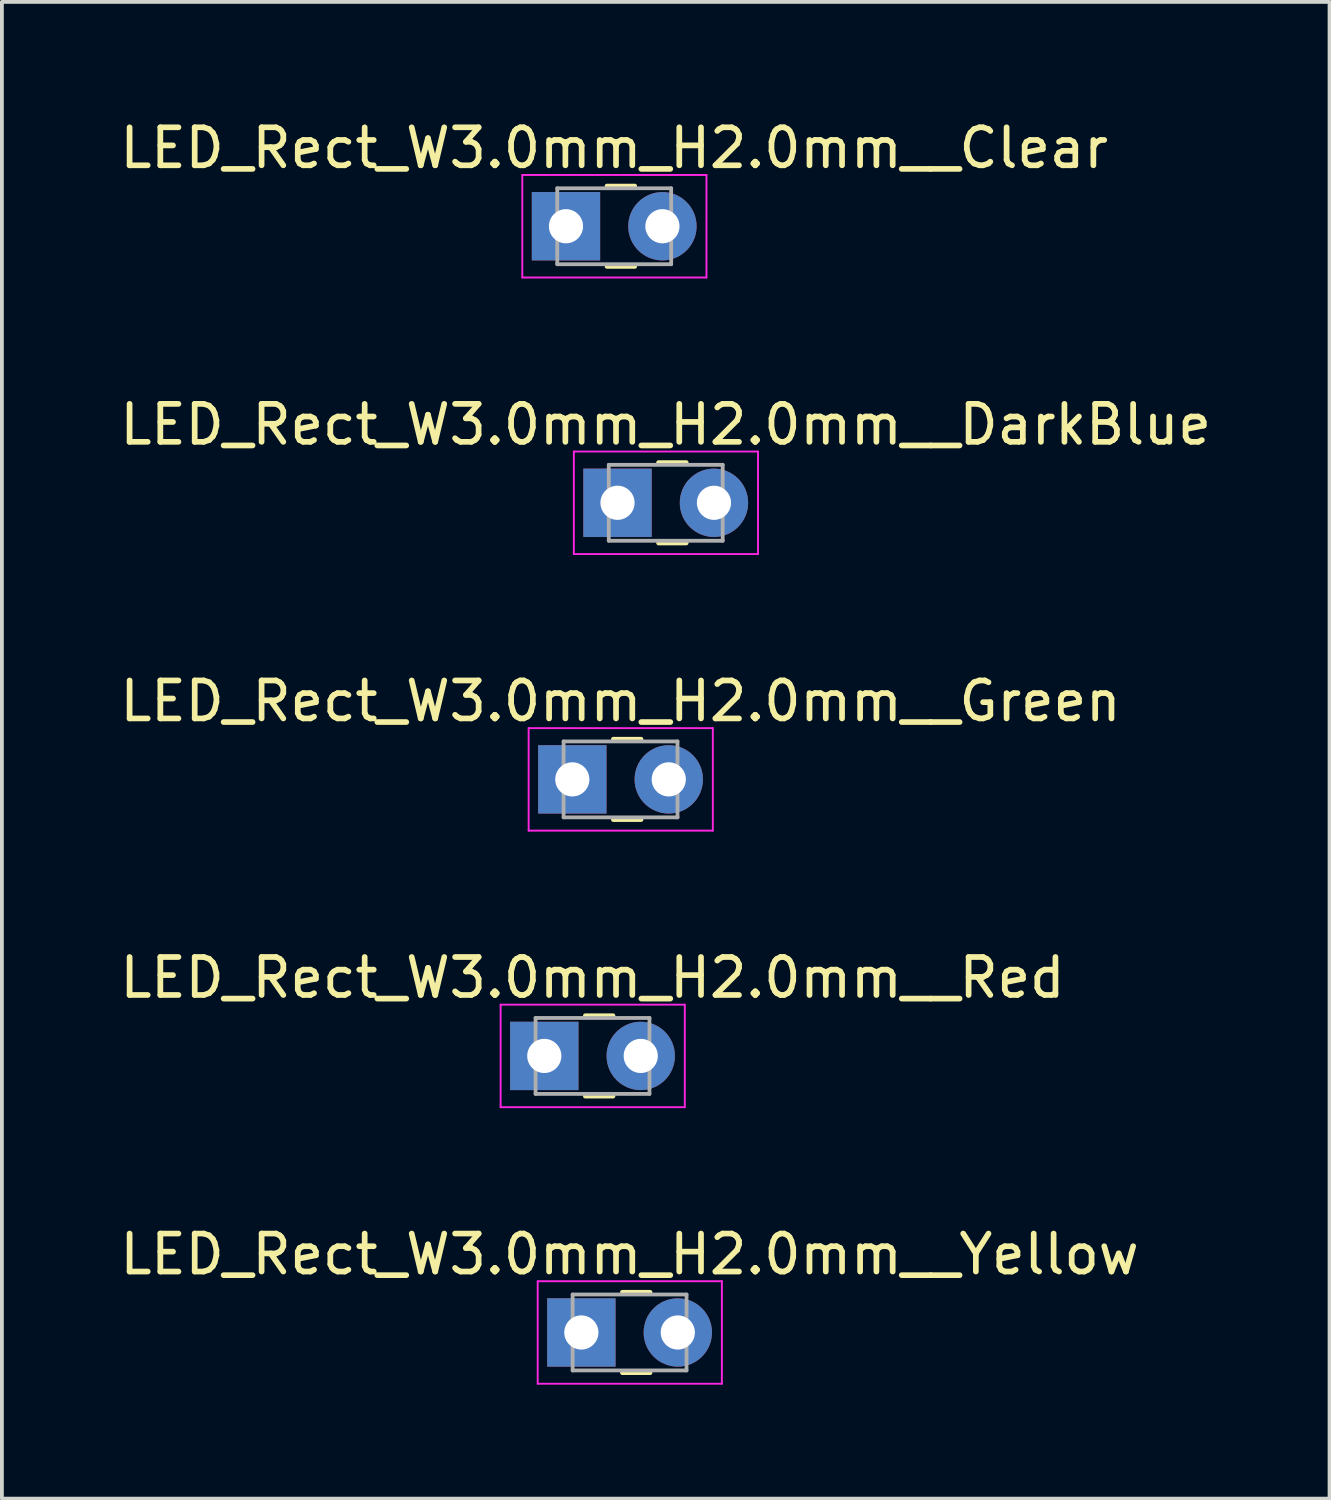
<source format=kicad_pcb>
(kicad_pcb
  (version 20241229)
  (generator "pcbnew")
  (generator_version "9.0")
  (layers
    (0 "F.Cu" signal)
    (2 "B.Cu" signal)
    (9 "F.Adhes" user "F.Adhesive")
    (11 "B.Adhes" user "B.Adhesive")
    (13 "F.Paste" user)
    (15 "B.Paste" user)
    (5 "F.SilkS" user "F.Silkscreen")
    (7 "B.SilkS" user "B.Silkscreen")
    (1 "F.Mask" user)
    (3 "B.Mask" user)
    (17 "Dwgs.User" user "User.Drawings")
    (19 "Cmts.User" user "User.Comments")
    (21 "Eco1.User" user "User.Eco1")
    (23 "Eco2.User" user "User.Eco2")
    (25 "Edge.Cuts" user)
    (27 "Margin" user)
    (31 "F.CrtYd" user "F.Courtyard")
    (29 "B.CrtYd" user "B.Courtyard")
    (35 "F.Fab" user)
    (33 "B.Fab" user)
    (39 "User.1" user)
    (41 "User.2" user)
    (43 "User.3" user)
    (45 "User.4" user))
  (footprint "LED_Rect_W3.0mm_H2.0mm__Red"
    (layer "F.Cu")
    (at 11.284 24.758)
    (property "Reference" "LED_Rect_W3.0mm_H2.0mm__Red" (at 1.27 -2.06 0) (layer "F.SilkS") (effects (font (size 1 1) (thickness 0.15))))
    (attr through_hole)
    (fp_line (start 1.08 -1.06) (end 1.811 -1.06) (stroke (width 0.12) (type solid)) (layer "F.SilkS"))
    (fp_line (start 1.08 1.06) (end 1.811 1.06) (stroke (width 0.12) (type solid)) (layer "F.SilkS"))
    (fp_line (start -1.15 -1.35) (end -1.15 1.35) (stroke (width 0.05) (type solid)) (layer "F.CrtYd"))
    (fp_line (start -1.15 1.35) (end 3.7 1.35) (stroke (width 0.05) (type solid)) (layer "F.CrtYd"))
    (fp_line (start 3.7 -1.35) (end -1.15 -1.35) (stroke (width 0.05) (type solid)) (layer "F.CrtYd"))
    (fp_line (start 3.7 1.35) (end 3.7 -1.35) (stroke (width 0.05) (type solid)) (layer "F.CrtYd"))
    (fp_line (start -0.23 -1) (end -0.23 1) (stroke (width 0.1) (type solid)) (layer "F.Fab"))
    (fp_line (start -0.23 1) (end 2.77 1) (stroke (width 0.1) (type solid)) (layer "F.Fab"))
    (fp_line (start 2.77 -1) (end -0.23 -1) (stroke (width 0.1) (type solid)) (layer "F.Fab"))
    (fp_line (start 2.77 1) (end 2.77 -1) (stroke (width 0.1) (type solid)) (layer "F.Fab"))
    (pad "1" thru_hole rect (at 0 0) (size 1.8 1.8) (drill 0.9) (layers "*.Cu" "*.Mask"))
    (pad "2" thru_hole circle (at 2.54 0) (size 1.8 1.8) (drill 0.9) (layers "*.Cu" "*.Mask")))
  (footprint "LED_Rect_W3.0mm_H2.0mm__Yellow"
    (layer "F.Cu")
    (at 12.26 32.041)
    (property "Reference" "LED_Rect_W3.0mm_H2.0mm__Yellow" (at 1.27 -2.06 0) (layer "F.SilkS") (effects (font (size 1 1) (thickness 0.15))))
    (attr through_hole)
    (fp_line (start 1.08 -1.06) (end 1.811 -1.06) (stroke (width 0.12) (type solid)) (layer "F.SilkS"))
    (fp_line (start 1.08 1.06) (end 1.811 1.06) (stroke (width 0.12) (type solid)) (layer "F.SilkS"))
    (fp_line (start -1.15 -1.35) (end -1.15 1.35) (stroke (width 0.05) (type solid)) (layer "F.CrtYd"))
    (fp_line (start -1.15 1.35) (end 3.7 1.35) (stroke (width 0.05) (type solid)) (layer "F.CrtYd"))
    (fp_line (start 3.7 -1.35) (end -1.15 -1.35) (stroke (width 0.05) (type solid)) (layer "F.CrtYd"))
    (fp_line (start 3.7 1.35) (end 3.7 -1.35) (stroke (width 0.05) (type solid)) (layer "F.CrtYd"))
    (fp_line (start -0.23 -1) (end -0.23 1) (stroke (width 0.1) (type solid)) (layer "F.Fab"))
    (fp_line (start -0.23 1) (end 2.77 1) (stroke (width 0.1) (type solid)) (layer "F.Fab"))
    (fp_line (start 2.77 -1) (end -0.23 -1) (stroke (width 0.1) (type solid)) (layer "F.Fab"))
    (fp_line (start 2.77 1) (end 2.77 -1) (stroke (width 0.1) (type solid)) (layer "F.Fab"))
    (pad "1" thru_hole rect (at 0 0) (size 1.8 1.8) (drill 0.9) (layers "*.Cu" "*.Mask"))
    (pad "2" thru_hole circle (at 2.54 0) (size 1.8 1.8) (drill 0.9) (layers "*.Cu" "*.Mask")))
  (footprint "LED_Rect_W3.0mm_H2.0mm__Clear"
    (layer "F.Cu")
    (at 11.855 2.908)
    (property "Reference" "LED_Rect_W3.0mm_H2.0mm__Clear" (at 1.27 -2.06 0) (layer "F.SilkS") (effects (font (size 1 1) (thickness 0.15))))
    (attr through_hole)
    (fp_line (start 1.08 -1.06) (end 1.811 -1.06) (stroke (width 0.12) (type solid)) (layer "F.SilkS"))
    (fp_line (start 1.08 1.06) (end 1.811 1.06) (stroke (width 0.12) (type solid)) (layer "F.SilkS"))
    (fp_line (start -1.15 -1.35) (end -1.15 1.35) (stroke (width 0.05) (type solid)) (layer "F.CrtYd"))
    (fp_line (start -1.15 1.35) (end 3.7 1.35) (stroke (width 0.05) (type solid)) (layer "F.CrtYd"))
    (fp_line (start 3.7 -1.35) (end -1.15 -1.35) (stroke (width 0.05) (type solid)) (layer "F.CrtYd"))
    (fp_line (start 3.7 1.35) (end 3.7 -1.35) (stroke (width 0.05) (type solid)) (layer "F.CrtYd"))
    (fp_line (start -0.23 -1) (end -0.23 1) (stroke (width 0.1) (type solid)) (layer "F.Fab"))
    (fp_line (start -0.23 1) (end 2.77 1) (stroke (width 0.1) (type solid)) (layer "F.Fab"))
    (fp_line (start 2.77 -1) (end -0.23 -1) (stroke (width 0.1) (type solid)) (layer "F.Fab"))
    (fp_line (start 2.77 1) (end 2.77 -1) (stroke (width 0.1) (type solid)) (layer "F.Fab"))
    (pad "1" thru_hole rect (at 0 0) (size 1.8 1.8) (drill 0.9) (layers "*.Cu" "*.Mask"))
    (pad "2" thru_hole circle (at 2.54 0) (size 1.8 1.8) (drill 0.9) (layers "*.Cu" "*.Mask")))
  (footprint "LED_Rect_W3.0mm_H2.0mm__Green"
    (layer "F.Cu")
    (at 12.022 17.475)
    (property "Reference" "LED_Rect_W3.0mm_H2.0mm__Green" (at 1.27 -2.06 0) (layer "F.SilkS") (effects (font (size 1 1) (thickness 0.15))))
    (attr through_hole)
    (fp_line (start 1.08 -1.06) (end 1.811 -1.06) (stroke (width 0.12) (type solid)) (layer "F.SilkS"))
    (fp_line (start 1.08 1.06) (end 1.811 1.06) (stroke (width 0.12) (type solid)) (layer "F.SilkS"))
    (fp_line (start -1.15 -1.35) (end -1.15 1.35) (stroke (width 0.05) (type solid)) (layer "F.CrtYd"))
    (fp_line (start -1.15 1.35) (end 3.7 1.35) (stroke (width 0.05) (type solid)) (layer "F.CrtYd"))
    (fp_line (start 3.7 -1.35) (end -1.15 -1.35) (stroke (width 0.05) (type solid)) (layer "F.CrtYd"))
    (fp_line (start 3.7 1.35) (end 3.7 -1.35) (stroke (width 0.05) (type solid)) (layer "F.CrtYd"))
    (fp_line (start -0.23 -1) (end -0.23 1) (stroke (width 0.1) (type solid)) (layer "F.Fab"))
    (fp_line (start -0.23 1) (end 2.77 1) (stroke (width 0.1) (type solid)) (layer "F.Fab"))
    (fp_line (start 2.77 -1) (end -0.23 -1) (stroke (width 0.1) (type solid)) (layer "F.Fab"))
    (fp_line (start 2.77 1) (end 2.77 -1) (stroke (width 0.1) (type solid)) (layer "F.Fab"))
    (pad "1" thru_hole rect (at 0 0) (size 1.8 1.8) (drill 0.9) (layers "*.Cu" "*.Mask"))
    (pad "2" thru_hole circle (at 2.54 0) (size 1.8 1.8) (drill 0.9) (layers "*.Cu" "*.Mask")))
  (footprint "LED_Rect_W3.0mm_H2.0mm__DarkBlue"
    (layer "F.Cu")
    (at 13.212 10.191)
    (property "Reference" "LED_Rect_W3.0mm_H2.0mm__DarkBlue" (at 1.27 -2.06 0) (layer "F.SilkS") (effects (font (size 1 1) (thickness 0.15))))
    (attr through_hole)
    (fp_line (start 1.08 -1.06) (end 1.811 -1.06) (stroke (width 0.12) (type solid)) (layer "F.SilkS"))
    (fp_line (start 1.08 1.06) (end 1.811 1.06) (stroke (width 0.12) (type solid)) (layer "F.SilkS"))
    (fp_line (start -1.15 -1.35) (end -1.15 1.35) (stroke (width 0.05) (type solid)) (layer "F.CrtYd"))
    (fp_line (start -1.15 1.35) (end 3.7 1.35) (stroke (width 0.05) (type solid)) (layer "F.CrtYd"))
    (fp_line (start 3.7 -1.35) (end -1.15 -1.35) (stroke (width 0.05) (type solid)) (layer "F.CrtYd"))
    (fp_line (start 3.7 1.35) (end 3.7 -1.35) (stroke (width 0.05) (type solid)) (layer "F.CrtYd"))
    (fp_line (start -0.23 -1) (end -0.23 1) (stroke (width 0.1) (type solid)) (layer "F.Fab"))
    (fp_line (start -0.23 1) (end 2.77 1) (stroke (width 0.1) (type solid)) (layer "F.Fab"))
    (fp_line (start 2.77 -1) (end -0.23 -1) (stroke (width 0.1) (type solid)) (layer "F.Fab"))
    (fp_line (start 2.77 1) (end 2.77 -1) (stroke (width 0.1) (type solid)) (layer "F.Fab"))
    (pad "1" thru_hole rect (at 0 0) (size 1.8 1.8) (drill 0.9) (layers "*.Cu" "*.Mask"))
    (pad "2" thru_hole circle (at 2.54 0) (size 1.8 1.8) (drill 0.9) (layers "*.Cu" "*.Mask")))
  (gr_rect
    (start -3 -3)
    (end 31.964 36.416)
    (stroke (width 0.1) (type default))
    (fill no)
    (layer "Edge.Cuts")))
</source>
